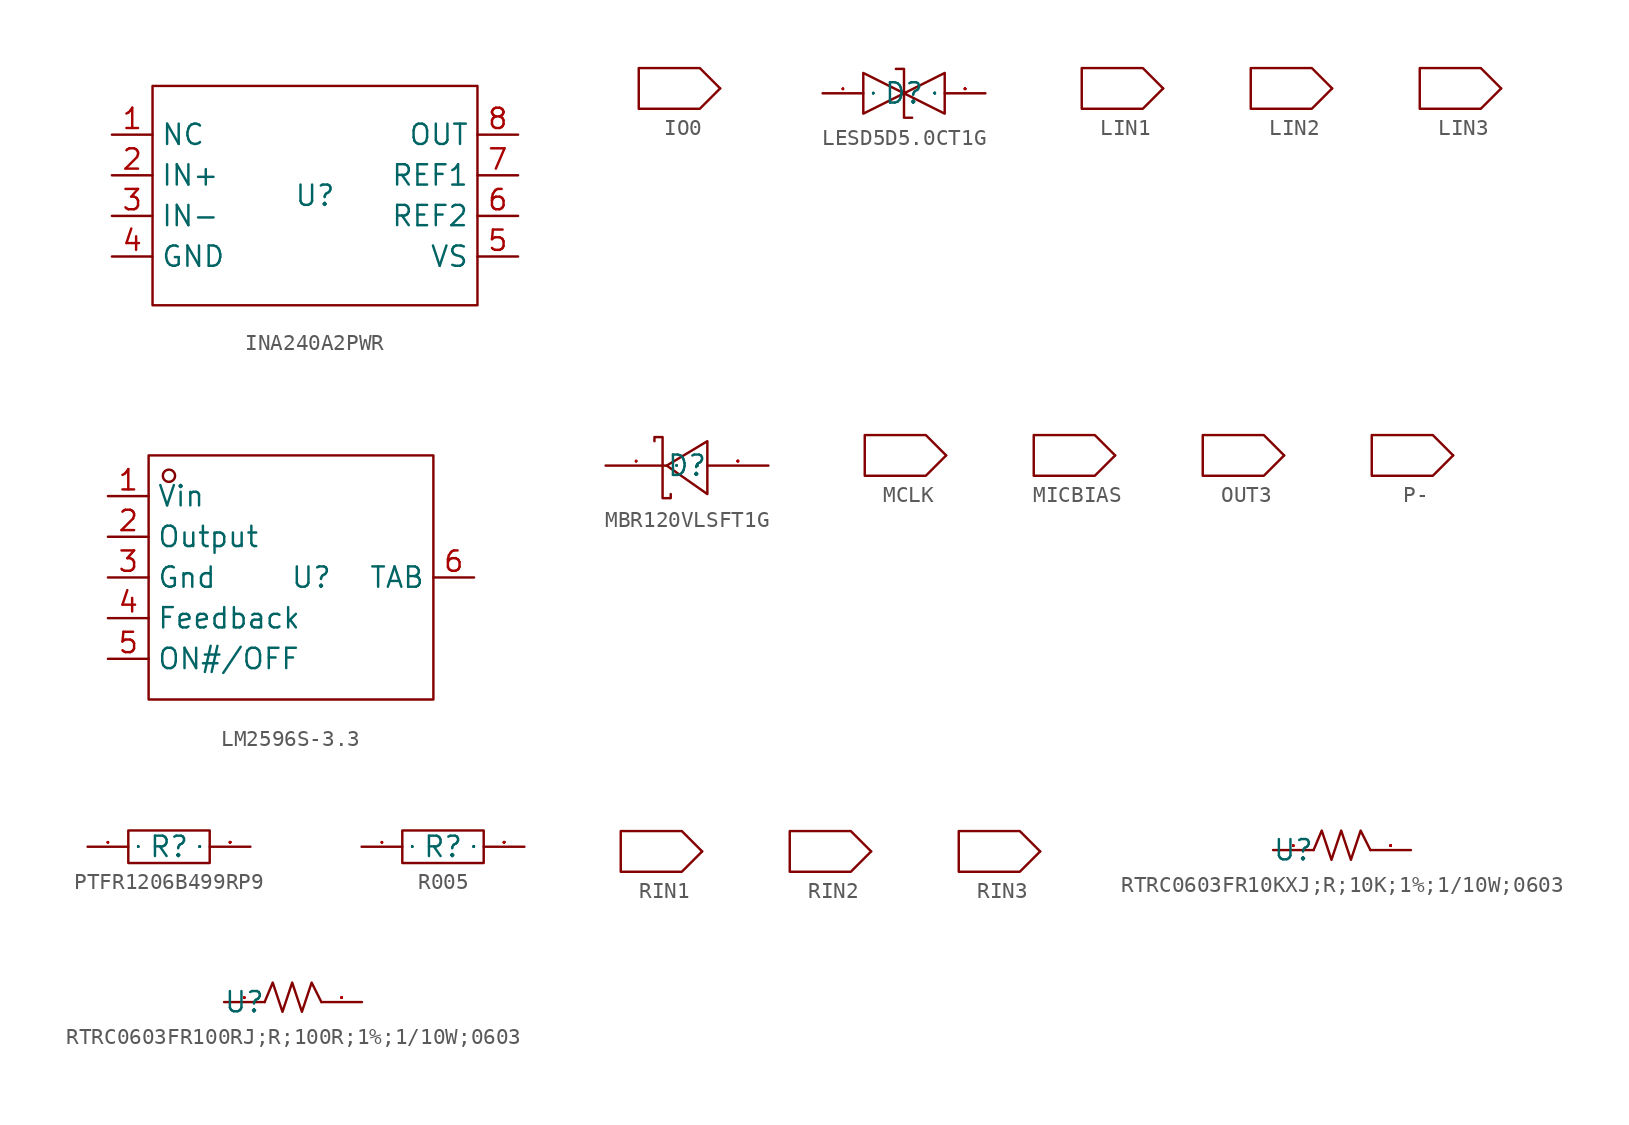
<source format=kicad_sym>
(kicad_symbol_lib
  (version 20231120)
  (generator "kicad_symbol_editor")
  (generator_version "8.0")
  (symbol "INA240A2PWR"
    (property "Reference" "U"
      (at 0 0 0)
      (effects (font (size 1.27 1.27))))
    (property "Value" ""
      (at 0 0 0)
      (effects (font (size 1.27 1.27))))
    (symbol "INA240A2PWR_1_0"
      (rectangle (start -10.16 -6.858) (end 10.16 6.858) (stroke (width 0) (type default)) (fill (type none)))
      (pin unspecified line (at -12.7 3.81 0) (length 2.54) (name "NC" (effects (font (size 1.27 1.27)))) (number "1" (effects (font (size 1.27 1.27)))))
      (pin unspecified line (at -12.7 1.27 0) (length 2.54) (name "IN+" (effects (font (size 1.27 1.27)))) (number "2" (effects (font (size 1.27 1.27)))))
      (pin unspecified line (at -12.7 -1.27 0) (length 2.54) (name "IN-" (effects (font (size 1.27 1.27)))) (number "3" (effects (font (size 1.27 1.27)))))
      (pin unspecified line (at -12.7 -3.81 0) (length 2.54) (name "GND" (effects (font (size 1.27 1.27)))) (number "4" (effects (font (size 1.27 1.27)))))
      (pin unspecified line (at 12.7 -3.81 180) (length 2.54) (name "VS" (effects (font (size 1.27 1.27)))) (number "5" (effects (font (size 1.27 1.27)))))
      (pin unspecified line (at 12.7 -1.27 180) (length 2.54) (name "REF2" (effects (font (size 1.27 1.27)))) (number "6" (effects (font (size 1.27 1.27)))))
      (pin unspecified line (at 12.7 1.27 180) (length 2.54) (name "REF1" (effects (font (size 1.27 1.27)))) (number "7" (effects (font (size 1.27 1.27)))))
      (pin unspecified line (at 12.7 3.81 180) (length 2.54) (name "OUT" (effects (font (size 1.27 1.27)))) (number "8" (effects (font (size 1.27 1.27)))))))
  (symbol "IO0"
    (power)
    (pin_numbers hide)
    (pin_names hide)
    (property "Reference" "#PWR"
      (at 0 0 0)
      (effects (font (size 1.27 1.27)) (hide yes)))
    (property "Value" ""
      (at 0 0 0)
      (effects (font (size 1.27 1.27))))
    (symbol "IO0_1_0"
      (polyline (pts (xy 0 0) (xy -1.27 -1.27) (xy -1.27 -1.27) (xy -5.08 -1.27) (xy -5.08 -1.27) (xy -5.08 1.27) (xy -5.08 1.27) (xy -1.27 1.27) (xy -1.27 1.27) (xy 0 0)) (stroke (width 0) (type default)) (fill (type none)))
      (pin input line (at 0 0 0) (length 0) (name "" (effects (font (size 0.025 0.025)))) (number "1" (effects (font (size 0 0)))))))
  (symbol "LESD5D5.0CT1G"
    (property "Reference" "D"
      (at 0 0 0)
      (effects (font (size 1.27 1.27))))
    (property "Value" ""
      (at 0 0 0)
      (effects (font (size 1.27 1.27))))
    (symbol "LESD5D5.0CT1G_1_0"
      (polyline (pts (xy -2.54 1.27) (xy 0 0) (xy 0 0) (xy -2.54 -1.27) (xy -2.54 -1.27) (xy -2.54 1.27)) (stroke (width 0) (type default)) (fill (type none)))
      (polyline (pts (xy 2.54 1.27) (xy 0 0) (xy 0 0) (xy 2.54 -1.27) (xy 2.54 -1.27) (xy 2.54 1.27)) (stroke (width 0) (type default)) (fill (type none)))
      (polyline (pts (xy -0.508 1.524) (xy -0.508 1.524) (xy -0.508 1.524) (xy 0 1.524) (xy 0 1.524) (xy 0 -1.524) (xy 0 -1.524) (xy 0.508 -1.524) (xy 0.508 -1.524) (xy 0.508 -1.524)) (stroke (width 0) (type default)) (fill (type none)))
      (pin unspecified line (at -5.08 0 0) (length 2.54) (name "1" (effects (font (size 0.025 0.025)))) (number "1" (effects (font (size 0.025 0.025)))))
      (pin unspecified line (at 5.08 0 180) (length 2.54) (name "2" (effects (font (size 0.025 0.025)))) (number "2" (effects (font (size 0.025 0.025)))))))
  (symbol "LIN1"
    (power)
    (pin_numbers hide)
    (pin_names hide)
    (property "Reference" "#PWR"
      (at 0 0 0)
      (effects (font (size 1.27 1.27)) (hide yes)))
    (property "Value" ""
      (at 0 0 0)
      (effects (font (size 1.27 1.27))))
    (symbol "LIN1_1_0"
      (polyline (pts (xy 0 0) (xy -1.27 -1.27) (xy -1.27 -1.27) (xy -5.08 -1.27) (xy -5.08 -1.27) (xy -5.08 1.27) (xy -5.08 1.27) (xy -1.27 1.27) (xy -1.27 1.27) (xy 0 0)) (stroke (width 0) (type default)) (fill (type none)))
      (pin input line (at 0 0 0) (length 0) (name "" (effects (font (size 0.025 0.025)))) (number "1" (effects (font (size 0 0)))))))
  (symbol "LIN2"
    (power)
    (pin_numbers hide)
    (pin_names hide)
    (property "Reference" "#PWR"
      (at 0 0 0)
      (effects (font (size 1.27 1.27)) (hide yes)))
    (property "Value" ""
      (at 0 0 0)
      (effects (font (size 1.27 1.27))))
    (symbol "LIN2_1_0"
      (polyline (pts (xy 0 0) (xy -1.27 -1.27) (xy -1.27 -1.27) (xy -5.08 -1.27) (xy -5.08 -1.27) (xy -5.08 1.27) (xy -5.08 1.27) (xy -1.27 1.27) (xy -1.27 1.27) (xy 0 0)) (stroke (width 0) (type default)) (fill (type none)))
      (pin input line (at 0 0 0) (length 0) (name "" (effects (font (size 0.025 0.025)))) (number "1" (effects (font (size 0 0)))))))
  (symbol "LIN3"
    (power)
    (pin_numbers hide)
    (pin_names hide)
    (property "Reference" "#PWR"
      (at 0 0 0)
      (effects (font (size 1.27 1.27)) (hide yes)))
    (property "Value" ""
      (at 0 0 0)
      (effects (font (size 1.27 1.27))))
    (symbol "LIN3_1_0"
      (polyline (pts (xy 0 0) (xy -1.27 -1.27) (xy -1.27 -1.27) (xy -5.08 -1.27) (xy -5.08 -1.27) (xy -5.08 1.27) (xy -5.08 1.27) (xy -1.27 1.27) (xy -1.27 1.27) (xy 0 0)) (stroke (width 0) (type default)) (fill (type none)))
      (pin input line (at 0 0 0) (length 0) (name "" (effects (font (size 0.025 0.025)))) (number "1" (effects (font (size 0 0)))))))
  (symbol "LM2596S-3.3"
    (property "Reference" "U"
      (at 0 0 0)
      (effects (font (size 1.27 1.27))))
    (property "Value" ""
      (at 0 0 0)
      (effects (font (size 1.27 1.27))))
    (symbol "LM2596S-3.3_1_0"
      (rectangle (start -10.16 -7.62) (end 7.62 7.62) (stroke (width 0) (type default)) (fill (type none)))
      (circle (center -8.89 6.35) (radius 0.381) (stroke (width 0) (type default)) (fill (type none)))
      (pin unspecified line (at -12.7 5.08 0) (length 2.54) (name "Vin" (effects (font (size 1.27 1.27)))) (number "1" (effects (font (size 1.27 1.27)))))
      (pin unspecified line (at -12.7 2.54 0) (length 2.54) (name "Output" (effects (font (size 1.27 1.27)))) (number "2" (effects (font (size 1.27 1.27)))))
      (pin unspecified line (at -12.7 0 0) (length 2.54) (name "Gnd" (effects (font (size 1.27 1.27)))) (number "3" (effects (font (size 1.27 1.27)))))
      (pin unspecified line (at -12.7 -2.54 0) (length 2.54) (name "Feedback" (effects (font (size 1.27 1.27)))) (number "4" (effects (font (size 1.27 1.27)))))
      (pin unspecified line (at -12.7 -5.08 0) (length 2.54) (name "ON#/OFF" (effects (font (size 1.27 1.27)))) (number "5" (effects (font (size 1.27 1.27)))))
      (pin unspecified line (at 10.16 0 180) (length 2.54) (name "TAB" (effects (font (size 1.27 1.27)))) (number "6" (effects (font (size 1.27 1.27)))))))
  (symbol "MBR120VLSFT1G"
    (property "Reference" "D"
      (at 0 0 0)
      (effects (font (size 1.27 1.27))))
    (property "Value" ""
      (at 0 0 0)
      (effects (font (size 1.27 1.27))))
    (symbol "MBR120VLSFT1G_1_0"
      (polyline (pts (xy 1.27 1.524) (xy -1.27 0) (xy -1.27 0) (xy 1.27 -1.778) (xy 1.27 -1.778) (xy 1.27 1.524)) (stroke (width 0) (type default)) (fill (type none)))
      (polyline (pts (xy -2.032 1.524) (xy -2.032 1.778) (xy -2.032 1.778) (xy -1.524 1.778) (xy -1.524 1.778) (xy -1.524 -2.032) (xy -1.524 -2.032) (xy -1.016 -2.032) (xy -1.016 -2.032) (xy -1.016 -1.778)) (stroke (width 0) (type default)) (fill (type none)))
      (pin unspecified line (at -5.08 0 0) (length 3.81) (name "K" (effects (font (size 0.025 0.025)))) (number "1" (effects (font (size 0.025 0.025)))))
      (pin unspecified line (at 5.08 0 180) (length 3.81) (name "A" (effects (font (size 0.025 0.025)))) (number "2" (effects (font (size 0.025 0.025)))))))
  (symbol "MCLK"
    (power)
    (pin_numbers hide)
    (pin_names hide)
    (property "Reference" "#PWR"
      (at 0 0 0)
      (effects (font (size 1.27 1.27)) (hide yes)))
    (property "Value" ""
      (at 0 0 0)
      (effects (font (size 1.27 1.27))))
    (symbol "MCLK_1_0"
      (polyline (pts (xy 0 0) (xy -1.27 -1.27) (xy -1.27 -1.27) (xy -5.08 -1.27) (xy -5.08 -1.27) (xy -5.08 1.27) (xy -5.08 1.27) (xy -1.27 1.27) (xy -1.27 1.27) (xy 0 0)) (stroke (width 0) (type default)) (fill (type none)))
      (pin input line (at 0 0 0) (length 0) (name "" (effects (font (size 0.025 0.025)))) (number "1" (effects (font (size 0 0)))))))
  (symbol "MICBIAS"
    (power)
    (pin_numbers hide)
    (pin_names hide)
    (property "Reference" "#PWR"
      (at 0 0 0)
      (effects (font (size 1.27 1.27)) (hide yes)))
    (property "Value" ""
      (at 0 0 0)
      (effects (font (size 1.27 1.27))))
    (symbol "MICBIAS_1_0"
      (polyline (pts (xy 0 0) (xy -1.27 -1.27) (xy -1.27 -1.27) (xy -5.08 -1.27) (xy -5.08 -1.27) (xy -5.08 1.27) (xy -5.08 1.27) (xy -1.27 1.27) (xy -1.27 1.27) (xy 0 0)) (stroke (width 0) (type default)) (fill (type none)))
      (pin input line (at 0 0 0) (length 0) (name "" (effects (font (size 0.025 0.025)))) (number "1" (effects (font (size 0 0)))))))
  (symbol "OUT3"
    (power)
    (pin_numbers hide)
    (pin_names hide)
    (property "Reference" "#PWR"
      (at 0 0 0)
      (effects (font (size 1.27 1.27)) (hide yes)))
    (property "Value" ""
      (at 0 0 0)
      (effects (font (size 1.27 1.27))))
    (symbol "OUT3_1_0"
      (polyline (pts (xy 0 0) (xy -1.27 -1.27) (xy -1.27 -1.27) (xy -5.08 -1.27) (xy -5.08 -1.27) (xy -5.08 1.27) (xy -5.08 1.27) (xy -1.27 1.27) (xy -1.27 1.27) (xy 0 0)) (stroke (width 0) (type default)) (fill (type none)))
      (pin input line (at 0 0 0) (length 0) (name "" (effects (font (size 0.025 0.025)))) (number "1" (effects (font (size 0 0)))))))
  (symbol "P-"
    (power)
    (pin_numbers hide)
    (pin_names hide)
    (property "Reference" "#PWR"
      (at 0 0 0)
      (effects (font (size 1.27 1.27)) (hide yes)))
    (property "Value" ""
      (at 0 0 0)
      (effects (font (size 1.27 1.27))))
    (symbol "P-_1_0"
      (polyline (pts (xy 0 0) (xy -1.27 -1.27) (xy -1.27 -1.27) (xy -5.08 -1.27) (xy -5.08 -1.27) (xy -5.08 1.27) (xy -5.08 1.27) (xy -1.27 1.27) (xy -1.27 1.27) (xy 0 0)) (stroke (width 0) (type default)) (fill (type none)))
      (pin input line (at 0 0 0) (length 0) (name "" (effects (font (size 0.025 0.025)))) (number "1" (effects (font (size 0 0)))))))
  (symbol "PTFR1206B499RP9"
    (property "Reference" "R"
      (at 0 0 0)
      (effects (font (size 1.27 1.27))))
    (symbol "PTFR1206B499RP9_1_0"
      (rectangle (start -2.54 -1.016) (end 2.54 1.016) (stroke (width 0) (type default)) (fill (type none)))
      (pin unspecified line (at -5.08 0 0) (length 2.54) (name "1" (effects (font (size 0.025 0.025)))) (number "1" (effects (font (size 0.025 0.025)))))
      (pin unspecified line (at 5.08 0 180) (length 2.54) (name "2" (effects (font (size 0.025 0.025)))) (number "2" (effects (font (size 0.025 0.025)))))))
  (symbol "R005"
    (property "Reference" "R"
      (at 0 0 0)
      (effects (font (size 1.27 1.27))))
    (property "Value" ""
      (at 0 0 0)
      (effects (font (size 1.27 1.27))))
    (symbol "R005_1_0"
      (rectangle (start -2.54 -1.016) (end 2.54 1.016) (stroke (width 0) (type default)) (fill (type none)))
      (pin input line (at -5.08 0 0) (length 2.54) (name "1" (effects (font (size 0.025 0.025)))) (number "1" (effects (font (size 0.025 0.025)))))
      (pin input line (at 5.08 0 180) (length 2.54) (name "2" (effects (font (size 0.025 0.025)))) (number "2" (effects (font (size 0.025 0.025)))))))
  (symbol "RIN1"
    (power)
    (pin_numbers hide)
    (pin_names hide)
    (property "Reference" "#PWR"
      (at 0 0 0)
      (effects (font (size 1.27 1.27)) (hide yes)))
    (property "Value" ""
      (at 0 0 0)
      (effects (font (size 1.27 1.27))))
    (symbol "RIN1_1_0"
      (polyline (pts (xy 0 0) (xy -1.27 -1.27) (xy -1.27 -1.27) (xy -5.08 -1.27) (xy -5.08 -1.27) (xy -5.08 1.27) (xy -5.08 1.27) (xy -1.27 1.27) (xy -1.27 1.27) (xy 0 0)) (stroke (width 0) (type default)) (fill (type none)))
      (pin input line (at 0 0 0) (length 0) (name "" (effects (font (size 0.025 0.025)))) (number "1" (effects (font (size 0 0)))))))
  (symbol "RIN2"
    (power)
    (pin_numbers hide)
    (pin_names hide)
    (property "Reference" "#PWR"
      (at 0 0 0)
      (effects (font (size 1.27 1.27)) (hide yes)))
    (property "Value" ""
      (at 0 0 0)
      (effects (font (size 1.27 1.27))))
    (symbol "RIN2_1_0"
      (polyline (pts (xy 0 0) (xy -1.27 -1.27) (xy -1.27 -1.27) (xy -5.08 -1.27) (xy -5.08 -1.27) (xy -5.08 1.27) (xy -5.08 1.27) (xy -1.27 1.27) (xy -1.27 1.27) (xy 0 0)) (stroke (width 0) (type default)) (fill (type none)))
      (pin input line (at 0 0 0) (length 0) (name "" (effects (font (size 0.025 0.025)))) (number "1" (effects (font (size 0 0)))))))
  (symbol "RIN3"
    (power)
    (pin_numbers hide)
    (pin_names hide)
    (property "Reference" "#PWR"
      (at 0 0 0)
      (effects (font (size 1.27 1.27)) (hide yes)))
    (property "Value" ""
      (at 0 0 0)
      (effects (font (size 1.27 1.27))))
    (symbol "RIN3_1_0"
      (polyline (pts (xy 0 0) (xy -1.27 -1.27) (xy -1.27 -1.27) (xy -5.08 -1.27) (xy -5.08 -1.27) (xy -5.08 1.27) (xy -5.08 1.27) (xy -1.27 1.27) (xy -1.27 1.27) (xy 0 0)) (stroke (width 0) (type default)) (fill (type none)))
      (pin input line (at 0 0 0) (length 0) (name "" (effects (font (size 0.025 0.025)))) (number "1" (effects (font (size 0 0)))))))
  (symbol "RTRC0603FR10KXJ;R;10K;1%;1/10W;0603"
    (property "Reference" "U"
      (at 0 0 0)
      (effects (font (size 1.27 1.27))))
    (symbol "RTRC0603FR10KXJ;R;10K;1%;1/10W;0603_1_0"
      (polyline (pts (xy 1.27 0) (xy 1.778 1.219) (xy 1.778 1.219) (xy 2.388 -0.61) (xy 2.388 -0.61) (xy 2.997 1.219) (xy 2.997 1.219) (xy 3.607 -0.61) (xy 3.607 -0.61) (xy 4.216 1.219) (xy 4.216 1.219) (xy 4.826 0)) (stroke (width 0) (type default)) (fill (type none)))
      (pin unspecified line (at -1.27 0 0) (length 2.54) (name "" (effects (font (size 0.025 0.025)))) (number "1" (effects (font (size 0.025 0.025)))))
      (pin unspecified line (at 7.366 0 180) (length 2.54) (name "" (effects (font (size 0.025 0.025)))) (number "2" (effects (font (size 0.025 0.025)))))))
  (symbol "RTRC0603FR100RJ;R;100R;1%;1/10W;0603"
    (property "Reference" "U"
      (at 0 0 0)
      (effects (font (size 1.27 1.27))))
    (symbol "RTRC0603FR100RJ;R;100R;1%;1/10W;0603_1_0"
      (polyline (pts (xy 1.27 0) (xy 1.778 1.219) (xy 1.778 1.219) (xy 2.388 -0.61) (xy 2.388 -0.61) (xy 2.997 1.219) (xy 2.997 1.219) (xy 3.607 -0.61) (xy 3.607 -0.61) (xy 4.216 1.219) (xy 4.216 1.219) (xy 4.826 0)) (stroke (width 0) (type default)) (fill (type none)))
      (pin unspecified line (at -1.27 0 0) (length 2.54) (name "" (effects (font (size 0.025 0.025)))) (number "1" (effects (font (size 0.025 0.025)))))
      (pin unspecified line (at 7.366 0 180) (length 2.54) (name "" (effects (font (size 0.025 0.025)))) (number "2" (effects (font (size 0.025 0.025))))))))
</source>
